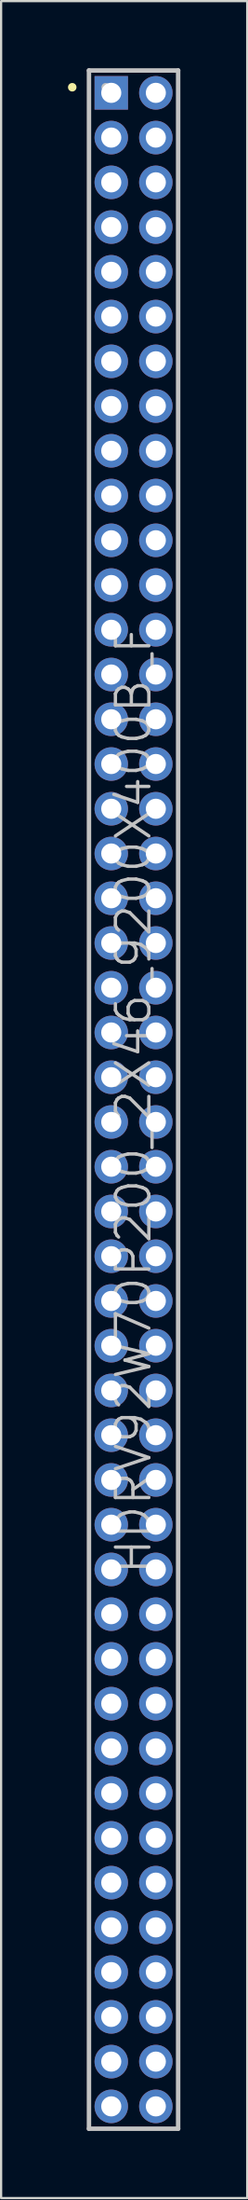
<source format=kicad_pcb>
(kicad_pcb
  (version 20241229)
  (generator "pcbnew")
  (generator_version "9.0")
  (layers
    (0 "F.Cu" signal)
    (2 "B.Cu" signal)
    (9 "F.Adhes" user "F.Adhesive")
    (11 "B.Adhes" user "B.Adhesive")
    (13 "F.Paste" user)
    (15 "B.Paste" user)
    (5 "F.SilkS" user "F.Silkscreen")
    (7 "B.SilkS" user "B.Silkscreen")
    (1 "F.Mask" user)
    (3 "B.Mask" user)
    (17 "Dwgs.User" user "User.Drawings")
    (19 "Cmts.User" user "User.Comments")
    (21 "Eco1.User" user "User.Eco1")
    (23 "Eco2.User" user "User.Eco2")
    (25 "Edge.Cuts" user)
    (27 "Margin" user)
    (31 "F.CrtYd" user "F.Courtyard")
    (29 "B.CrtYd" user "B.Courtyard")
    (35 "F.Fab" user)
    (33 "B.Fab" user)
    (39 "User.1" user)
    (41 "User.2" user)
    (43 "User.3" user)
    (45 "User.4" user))
  (footprint "HDRV92W70P200_2X46_9200X400B_F"
    (layer "F.Cu")
    (at 2.941 46.1)
    (property "Reference" "HDRV92W70P200_2X46_9200X400B_F" (at 0 0 90) (layer "Dwgs.User") (effects (font (size 1.5 1.5) (thickness 0.15))))
    (attr through_hole)
    (fp_line (start -2.75 -45.25) (end -2.75 -45.25) (stroke (width 0.381) (type solid)) (layer "F.SilkS"))
    (fp_line (start -2 -46) (end -2 46) (stroke (width 0.2) (type solid)) (layer "Dwgs.User"))
    (fp_line (start -2 -46) (end 2 -46) (stroke (width 0.2) (type solid)) (layer "Dwgs.User"))
    (fp_line (start -2 46) (end 2 46) (stroke (width 0.2) (type solid)) (layer "Dwgs.User"))
    (fp_line (start -1.25 -45.25) (end -1.25 -45.25) (stroke (width 0.381) (type solid)) (layer "Dwgs.User"))
    (fp_line (start 2 -46) (end 2 46) (stroke (width 0.2) (type solid)) (layer "Dwgs.User"))
    (pad "1" thru_hole rect (at -1 -45) (size 1.5 1.5) (drill 0.9) (layers "*.Cu" "*.Mask"))
    (pad "2" thru_hole circle (at 1 -45 270) (size 1.5 1.5) (drill 0.9) (layers "*.Cu" "*.Mask"))
    (pad "3" thru_hole circle (at -1 -43 270) (size 1.5 1.5) (drill 0.9) (layers "*.Cu" "*.Mask"))
    (pad "4" thru_hole circle (at 1 -43 270) (size 1.5 1.5) (drill 0.9) (layers "*.Cu" "*.Mask"))
    (pad "5" thru_hole circle (at -1 -41 270) (size 1.5 1.5) (drill 0.9) (layers "*.Cu" "*.Mask"))
    (pad "6" thru_hole circle (at 1 -41 270) (size 1.5 1.5) (drill 0.9) (layers "*.Cu" "*.Mask"))
    (pad "7" thru_hole circle (at -1 -39 270) (size 1.5 1.5) (drill 0.9) (layers "*.Cu" "*.Mask"))
    (pad "8" thru_hole circle (at 1 -39 270) (size 1.5 1.5) (drill 0.9) (layers "*.Cu" "*.Mask"))
    (pad "9" thru_hole circle (at -1 -37 270) (size 1.5 1.5) (drill 0.9) (layers "*.Cu" "*.Mask"))
    (pad "10" thru_hole circle (at 1 -37 270) (size 1.5 1.5) (drill 0.9) (layers "*.Cu" "*.Mask"))
    (pad "11" thru_hole circle (at -1 -35 270) (size 1.5 1.5) (drill 0.9) (layers "*.Cu" "*.Mask"))
    (pad "12" thru_hole circle (at 1 -35 270) (size 1.5 1.5) (drill 0.9) (layers "*.Cu" "*.Mask"))
    (pad "13" thru_hole circle (at -1 -33 270) (size 1.5 1.5) (drill 0.9) (layers "*.Cu" "*.Mask"))
    (pad "14" thru_hole circle (at 1 -33 270) (size 1.5 1.5) (drill 0.9) (layers "*.Cu" "*.Mask"))
    (pad "15" thru_hole circle (at -1 -31 270) (size 1.5 1.5) (drill 0.9) (layers "*.Cu" "*.Mask"))
    (pad "16" thru_hole circle (at 1 -31 270) (size 1.5 1.5) (drill 0.9) (layers "*.Cu" "*.Mask"))
    (pad "17" thru_hole circle (at -1 -29 270) (size 1.5 1.5) (drill 0.9) (layers "*.Cu" "*.Mask"))
    (pad "18" thru_hole circle (at 1 -29 270) (size 1.5 1.5) (drill 0.9) (layers "*.Cu" "*.Mask"))
    (pad "19" thru_hole circle (at -1 -27 270) (size 1.5 1.5) (drill 0.9) (layers "*.Cu" "*.Mask"))
    (pad "20" thru_hole circle (at 1 -27 270) (size 1.5 1.5) (drill 0.9) (layers "*.Cu" "*.Mask"))
    (pad "21" thru_hole circle (at -1 -25 270) (size 1.5 1.5) (drill 0.9) (layers "*.Cu" "*.Mask"))
    (pad "22" thru_hole circle (at 1 -25 270) (size 1.5 1.5) (drill 0.9) (layers "*.Cu" "*.Mask"))
    (pad "23" thru_hole circle (at -1 -23 270) (size 1.5 1.5) (drill 0.9) (layers "*.Cu" "*.Mask"))
    (pad "24" thru_hole circle (at 1 -23 270) (size 1.5 1.5) (drill 0.9) (layers "*.Cu" "*.Mask"))
    (pad "25" thru_hole circle (at -1 -21 270) (size 1.5 1.5) (drill 0.9) (layers "*.Cu" "*.Mask"))
    (pad "26" thru_hole circle (at 1 -21 270) (size 1.5 1.5) (drill 0.9) (layers "*.Cu" "*.Mask"))
    (pad "27" thru_hole circle (at -1 -19 270) (size 1.5 1.5) (drill 0.9) (layers "*.Cu" "*.Mask"))
    (pad "28" thru_hole circle (at 1 -19 270) (size 1.5 1.5) (drill 0.9) (layers "*.Cu" "*.Mask"))
    (pad "29" thru_hole circle (at -1 -17 270) (size 1.5 1.5) (drill 0.9) (layers "*.Cu" "*.Mask"))
    (pad "30" thru_hole circle (at 1 -17 270) (size 1.5 1.5) (drill 0.9) (layers "*.Cu" "*.Mask"))
    (pad "31" thru_hole circle (at -1 -15 270) (size 1.5 1.5) (drill 0.9) (layers "*.Cu" "*.Mask"))
    (pad "32" thru_hole circle (at 1 -15 270) (size 1.5 1.5) (drill 0.9) (layers "*.Cu" "*.Mask"))
    (pad "33" thru_hole circle (at -1 -13 270) (size 1.5 1.5) (drill 0.9) (layers "*.Cu" "*.Mask"))
    (pad "34" thru_hole circle (at 1 -13 270) (size 1.5 1.5) (drill 0.9) (layers "*.Cu" "*.Mask"))
    (pad "35" thru_hole circle (at -1 -11 270) (size 1.5 1.5) (drill 0.9) (layers "*.Cu" "*.Mask"))
    (pad "36" thru_hole circle (at 1 -11 270) (size 1.5 1.5) (drill 0.9) (layers "*.Cu" "*.Mask"))
    (pad "37" thru_hole circle (at -1 -9 270) (size 1.5 1.5) (drill 0.9) (layers "*.Cu" "*.Mask"))
    (pad "38" thru_hole circle (at 1 -9 270) (size 1.5 1.5) (drill 0.9) (layers "*.Cu" "*.Mask"))
    (pad "39" thru_hole circle (at -1 -7 270) (size 1.5 1.5) (drill 0.9) (layers "*.Cu" "*.Mask"))
    (pad "40" thru_hole circle (at 1 -7 270) (size 1.5 1.5) (drill 0.9) (layers "*.Cu" "*.Mask"))
    (pad "41" thru_hole circle (at -1 -5 270) (size 1.5 1.5) (drill 0.9) (layers "*.Cu" "*.Mask"))
    (pad "42" thru_hole circle (at 1 -5 270) (size 1.5 1.5) (drill 0.9) (layers "*.Cu" "*.Mask"))
    (pad "43" thru_hole circle (at -1 -3 270) (size 1.5 1.5) (drill 0.9) (layers "*.Cu" "*.Mask"))
    (pad "44" thru_hole circle (at 1 -3 270) (size 1.5 1.5) (drill 0.9) (layers "*.Cu" "*.Mask"))
    (pad "45" thru_hole circle (at -1 -1 270) (size 1.5 1.5) (drill 0.9) (layers "*.Cu" "*.Mask"))
    (pad "46" thru_hole circle (at 1 -1 270) (size 1.5 1.5) (drill 0.9) (layers "*.Cu" "*.Mask"))
    (pad "47" thru_hole circle (at -1 1 270) (size 1.5 1.5) (drill 0.9) (layers "*.Cu" "*.Mask"))
    (pad "48" thru_hole circle (at 1 1 270) (size 1.5 1.5) (drill 0.9) (layers "*.Cu" "*.Mask"))
    (pad "49" thru_hole circle (at -1 3 270) (size 1.5 1.5) (drill 0.9) (layers "*.Cu" "*.Mask"))
    (pad "50" thru_hole circle (at 1 3 270) (size 1.5 1.5) (drill 0.9) (layers "*.Cu" "*.Mask"))
    (pad "51" thru_hole circle (at -1 5 270) (size 1.5 1.5) (drill 0.9) (layers "*.Cu" "*.Mask"))
    (pad "52" thru_hole circle (at 1 5 270) (size 1.5 1.5) (drill 0.9) (layers "*.Cu" "*.Mask"))
    (pad "53" thru_hole circle (at -1 7 270) (size 1.5 1.5) (drill 0.9) (layers "*.Cu" "*.Mask"))
    (pad "54" thru_hole circle (at 1 7 270) (size 1.5 1.5) (drill 0.9) (layers "*.Cu" "*.Mask"))
    (pad "55" thru_hole circle (at -1 9 270) (size 1.5 1.5) (drill 0.9) (layers "*.Cu" "*.Mask"))
    (pad "56" thru_hole circle (at 1 9 270) (size 1.5 1.5) (drill 0.9) (layers "*.Cu" "*.Mask"))
    (pad "57" thru_hole circle (at -1 11 270) (size 1.5 1.5) (drill 0.9) (layers "*.Cu" "*.Mask"))
    (pad "58" thru_hole circle (at 1 11 270) (size 1.5 1.5) (drill 0.9) (layers "*.Cu" "*.Mask"))
    (pad "59" thru_hole circle (at -1 13 270) (size 1.5 1.5) (drill 0.9) (layers "*.Cu" "*.Mask"))
    (pad "60" thru_hole circle (at 1 13 270) (size 1.5 1.5) (drill 0.9) (layers "*.Cu" "*.Mask"))
    (pad "61" thru_hole circle (at -1 15 270) (size 1.5 1.5) (drill 0.9) (layers "*.Cu" "*.Mask"))
    (pad "62" thru_hole circle (at 1 15 270) (size 1.5 1.5) (drill 0.9) (layers "*.Cu" "*.Mask"))
    (pad "63" thru_hole circle (at -1 17 270) (size 1.5 1.5) (drill 0.9) (layers "*.Cu" "*.Mask"))
    (pad "64" thru_hole circle (at 1 17 270) (size 1.5 1.5) (drill 0.9) (layers "*.Cu" "*.Mask"))
    (pad "65" thru_hole circle (at -1 19 270) (size 1.5 1.5) (drill 0.9) (layers "*.Cu" "*.Mask"))
    (pad "66" thru_hole circle (at 1 19 270) (size 1.5 1.5) (drill 0.9) (layers "*.Cu" "*.Mask"))
    (pad "67" thru_hole circle (at -1 21 270) (size 1.5 1.5) (drill 0.9) (layers "*.Cu" "*.Mask"))
    (pad "68" thru_hole circle (at 1 21 270) (size 1.5 1.5) (drill 0.9) (layers "*.Cu" "*.Mask"))
    (pad "69" thru_hole circle (at -1 23 270) (size 1.5 1.5) (drill 0.9) (layers "*.Cu" "*.Mask"))
    (pad "70" thru_hole circle (at 1 23 270) (size 1.5 1.5) (drill 0.9) (layers "*.Cu" "*.Mask"))
    (pad "71" thru_hole circle (at -1 25 270) (size 1.5 1.5) (drill 0.9) (layers "*.Cu" "*.Mask"))
    (pad "72" thru_hole circle (at 1 25 270) (size 1.5 1.5) (drill 0.9) (layers "*.Cu" "*.Mask"))
    (pad "73" thru_hole circle (at -1 27 270) (size 1.5 1.5) (drill 0.9) (layers "*.Cu" "*.Mask"))
    (pad "74" thru_hole circle (at 1 27 270) (size 1.5 1.5) (drill 0.9) (layers "*.Cu" "*.Mask"))
    (pad "75" thru_hole circle (at -1 29 270) (size 1.5 1.5) (drill 0.9) (layers "*.Cu" "*.Mask"))
    (pad "76" thru_hole circle (at 1 29 270) (size 1.5 1.5) (drill 0.9) (layers "*.Cu" "*.Mask"))
    (pad "77" thru_hole circle (at -1 31 270) (size 1.5 1.5) (drill 0.9) (layers "*.Cu" "*.Mask"))
    (pad "78" thru_hole circle (at 1 31 270) (size 1.5 1.5) (drill 0.9) (layers "*.Cu" "*.Mask"))
    (pad "79" thru_hole circle (at -1 33 270) (size 1.5 1.5) (drill 0.9) (layers "*.Cu" "*.Mask"))
    (pad "80" thru_hole circle (at 1 33 270) (size 1.5 1.5) (drill 0.9) (layers "*.Cu" "*.Mask"))
    (pad "81" thru_hole circle (at -1 35 270) (size 1.5 1.5) (drill 0.9) (layers "*.Cu" "*.Mask"))
    (pad "82" thru_hole circle (at 1 35 270) (size 1.5 1.5) (drill 0.9) (layers "*.Cu" "*.Mask"))
    (pad "83" thru_hole circle (at -1 37 270) (size 1.5 1.5) (drill 0.9) (layers "*.Cu" "*.Mask"))
    (pad "84" thru_hole circle (at 1 37 270) (size 1.5 1.5) (drill 0.9) (layers "*.Cu" "*.Mask"))
    (pad "85" thru_hole circle (at -1 39 270) (size 1.5 1.5) (drill 0.9) (layers "*.Cu" "*.Mask"))
    (pad "86" thru_hole circle (at 1 39 270) (size 1.5 1.5) (drill 0.9) (layers "*.Cu" "*.Mask"))
    (pad "87" thru_hole circle (at -1 41 270) (size 1.5 1.5) (drill 0.9) (layers "*.Cu" "*.Mask"))
    (pad "88" thru_hole circle (at 1 41 270) (size 1.5 1.5) (drill 0.9) (layers "*.Cu" "*.Mask"))
    (pad "89" thru_hole circle (at -1 43 270) (size 1.5 1.5) (drill 0.9) (layers "*.Cu" "*.Mask"))
    (pad "90" thru_hole circle (at 1 43 270) (size 1.5 1.5) (drill 0.9) (layers "*.Cu" "*.Mask"))
    (pad "91" thru_hole circle (at -1 45 270) (size 1.5 1.5) (drill 0.9) (layers "*.Cu" "*.Mask"))
    (pad "92" thru_hole circle (at 1 45 270) (size 1.5 1.5) (drill 0.9) (layers "*.Cu" "*.Mask")))
  (gr_rect
    (start -3 -3)
    (end 8.04 95.2)
    (stroke (width 0.1) (type default))
    (fill no)
    (layer "Edge.Cuts")))
</source>
